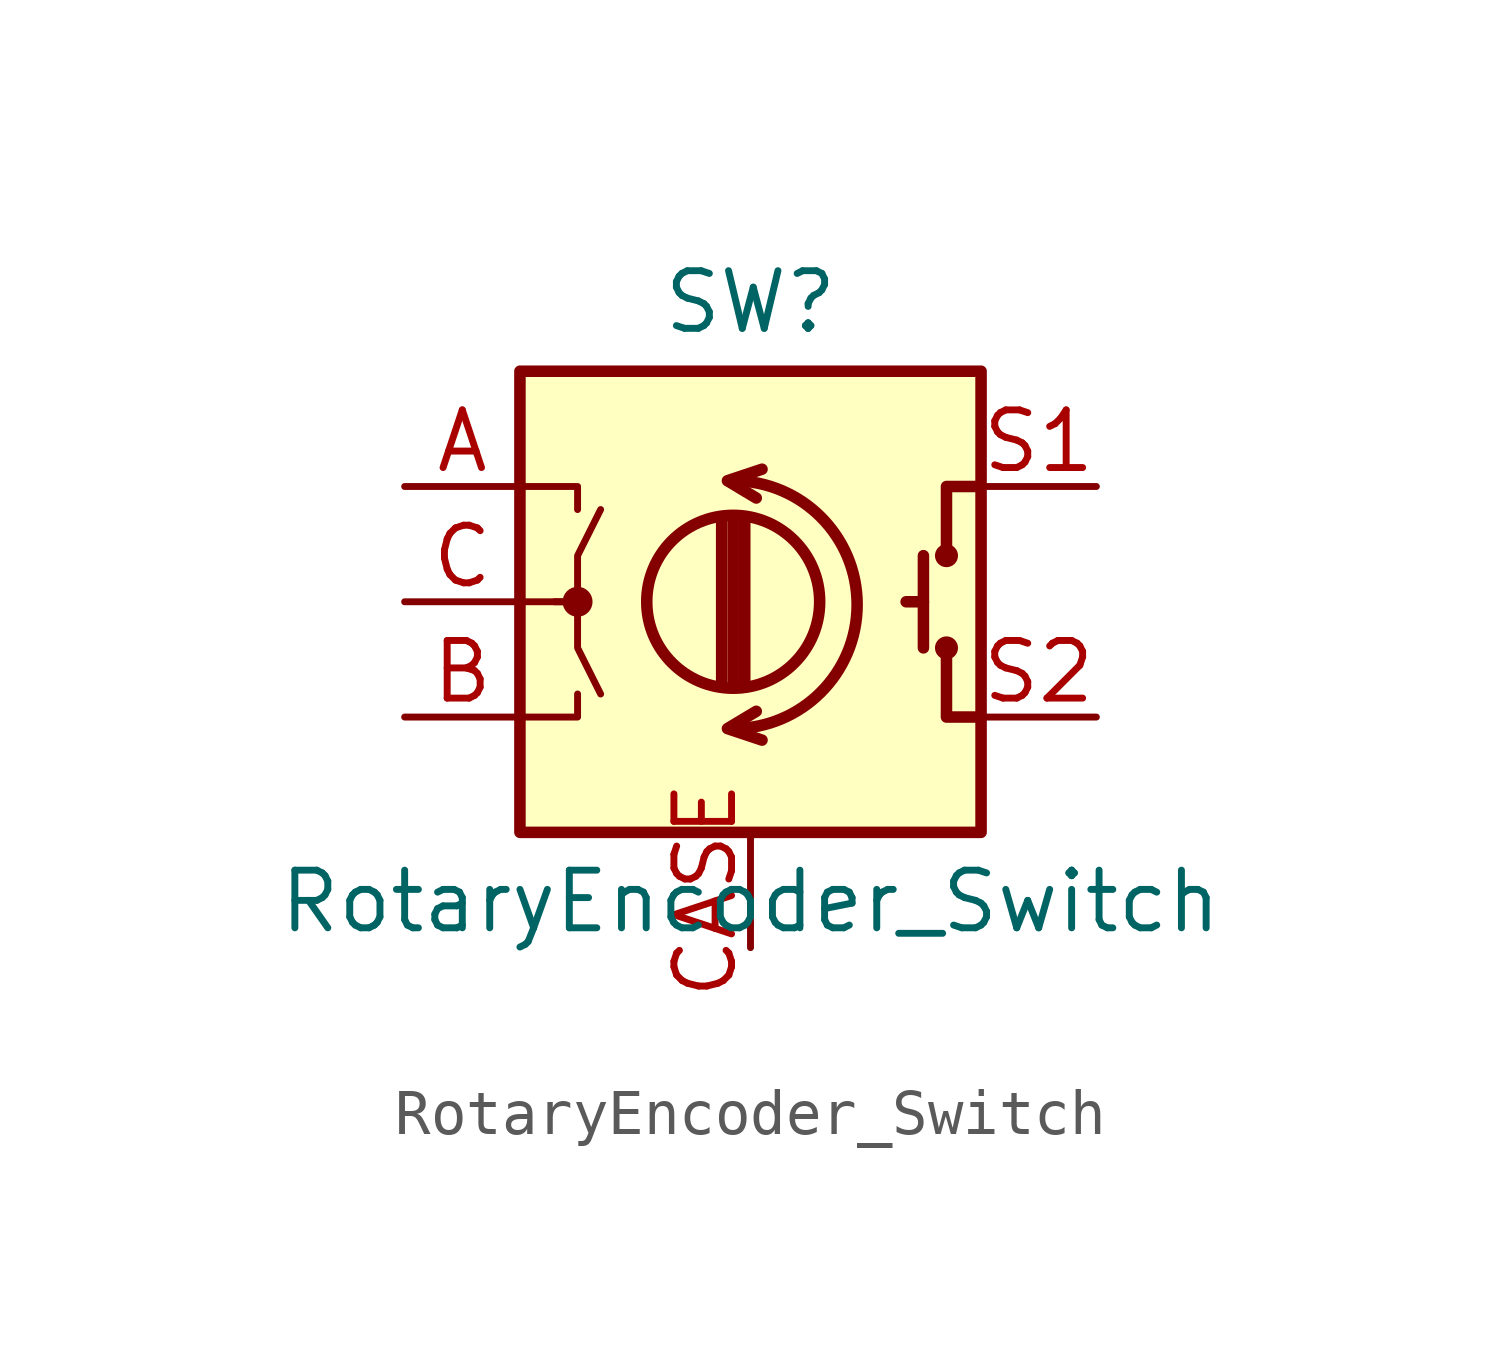
<source format=kicad_sym>
(kicad_symbol_lib
  (version 20211014)
  (generator kicad_symbol_editor)
  (symbol "RotaryEncoder_Switch"
    (pin_names
      (offset 0.254) hide)
    (property "Reference" "SW"
      (at 0 6.604 0)
      (effects (font (size 1.27 1.27))))
    (property "Value" "RotaryEncoder_Switch"
      (at 0 -6.604 0)
      (effects (font (size 1.27 1.27))))
    (symbol "RotaryEncoder_Switch_0_1"
      (rectangle (start -5.08 5.08) (end 5.08 -5.08) (stroke (width 0.254) (type default) (color 0 0 0 0)) (fill (type background)))
      (circle (center -3.81 0) (radius 0.254) (stroke (width 0) (type default) (color 0 0 0 0)) (fill (type outline)))
      (arc (start -0.381 -2.794) (mid 2.3622 -0.0508) (end -0.381 2.667) (stroke (width 0.254) (type default) (color 0 0 0 0)) (fill (type none)))
      (circle (center -0.381 0) (radius 1.905) (stroke (width 0.254) (type default) (color 0 0 0 0)) (fill (type none)))
      (polyline (pts (xy -0.635 -1.778) (xy -0.635 1.778)) (stroke (width 0.254) (type default) (color 0 0 0 0)) (fill (type none)))
      (polyline (pts (xy -0.381 -1.778) (xy -0.381 1.778)) (stroke (width 0.254) (type default) (color 0 0 0 0)) (fill (type none)))
      (polyline (pts (xy -0.127 1.778) (xy -0.127 -1.778)) (stroke (width 0.254) (type default) (color 0 0 0 0)) (fill (type none)))
      (polyline (pts (xy 3.81 0) (xy 3.429 0)) (stroke (width 0.254) (type default) (color 0 0 0 0)) (fill (type none)))
      (polyline (pts (xy 3.81 1.016) (xy 3.81 -1.016)) (stroke (width 0.254) (type default) (color 0 0 0 0)) (fill (type none)))
      (polyline (pts (xy -5.08 -2.54) (xy -3.81 -2.54) (xy -3.81 -2.032)) (stroke (width 0) (type default) (color 0 0 0 0)) (fill (type none)))
      (polyline (pts (xy -5.08 2.54) (xy -3.81 2.54) (xy -3.81 2.032)) (stroke (width 0) (type default) (color 0 0 0 0)) (fill (type none)))
      (polyline (pts (xy 0.254 -3.048) (xy -0.508 -2.794) (xy 0.127 -2.413)) (stroke (width 0.254) (type default) (color 0 0 0 0)) (fill (type none)))
      (polyline (pts (xy 0.254 2.921) (xy -0.508 2.667) (xy 0.127 2.286)) (stroke (width 0.254) (type default) (color 0 0 0 0)) (fill (type none)))
      (polyline (pts (xy 5.08 -2.54) (xy 4.318 -2.54) (xy 4.318 -1.016)) (stroke (width 0.254) (type default) (color 0 0 0 0)) (fill (type none)))
      (polyline (pts (xy 5.08 2.54) (xy 4.318 2.54) (xy 4.318 1.016)) (stroke (width 0.254) (type default) (color 0 0 0 0)) (fill (type none)))
      (polyline (pts (xy -5.08 0) (xy -3.81 0) (xy -3.81 -1.016) (xy -3.302 -2.032)) (stroke (width 0) (type default) (color 0 0 0 0)) (fill (type none)))
      (polyline (pts (xy -4.318 0) (xy -3.81 0) (xy -3.81 1.016) (xy -3.302 2.032)) (stroke (width 0) (type default) (color 0 0 0 0)) (fill (type none)))
      (circle (center 4.318 -1.016) (radius 0.127) (stroke (width 0.254) (type default) (color 0 0 0 0)) (fill (type none)))
      (circle (center 4.318 1.016) (radius 0.127) (stroke (width 0.254) (type default) (color 0 0 0 0)) (fill (type none))))
    (symbol "RotaryEncoder_Switch_1_1"
      (pin passive line (at -7.62 2.54 0) (length 2.54) (name "A" (effects (font (size 1.27 1.27)))) (number "A" (effects (font (size 1.27 1.27)))))
      (pin passive line (at -7.62 -2.54 0) (length 2.54) (name "B" (effects (font (size 1.27 1.27)))) (number "B" (effects (font (size 1.27 1.27)))))
      (pin passive line (at -7.62 0 0) (length 2.54) (name "C" (effects (font (size 1.27 1.27)))) (number "C" (effects (font (size 1.27 1.27)))))
      (pin passive line (at 0 -7.62 90) (length 2.54) (name "CASE" (effects (font (size 1.27 1.27)))) (number "CASE" (effects (font (size 1.27 1.27)))))
      (pin passive line (at 7.62 2.54 180) (length 2.54) (name "S1" (effects (font (size 1.27 1.27)))) (number "S1" (effects (font (size 1.27 1.27)))))
      (pin passive line (at 7.62 -2.54 180) (length 2.54) (name "S2" (effects (font (size 1.27 1.27)))) (number "S2" (effects (font (size 1.27 1.27))))))))
</source>
